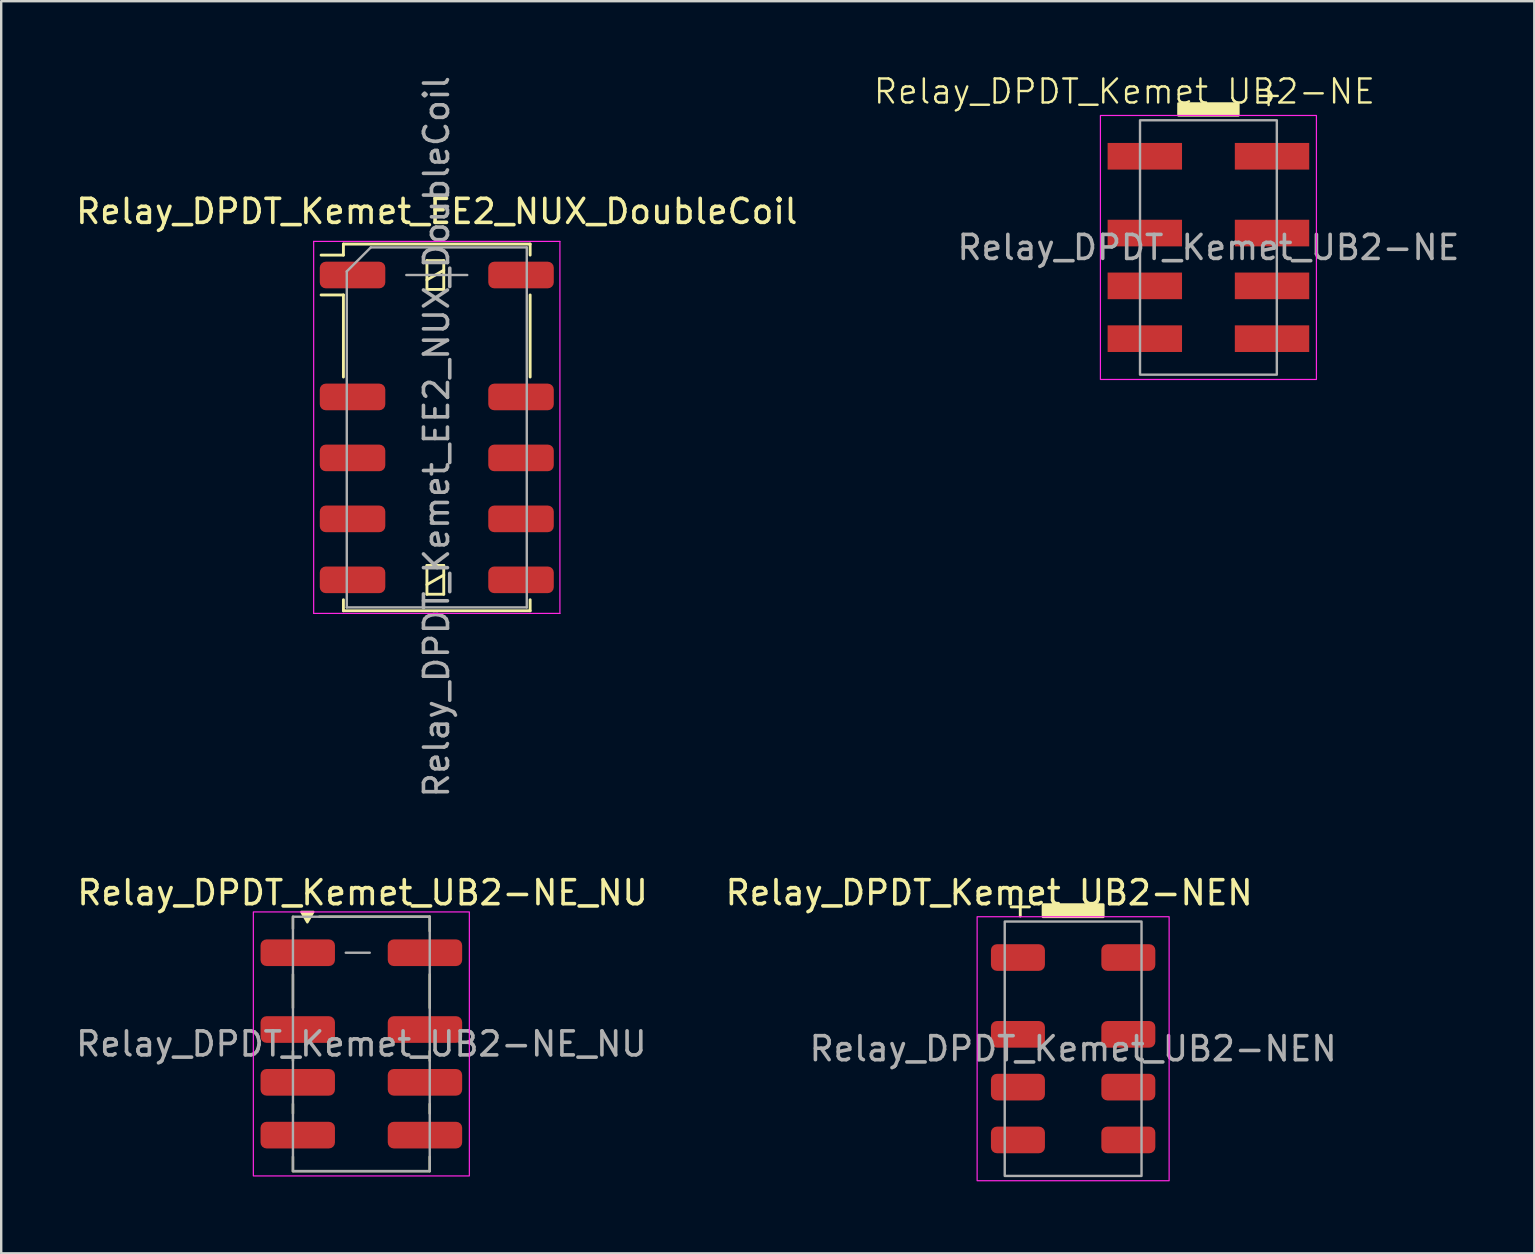
<source format=kicad_pcb>
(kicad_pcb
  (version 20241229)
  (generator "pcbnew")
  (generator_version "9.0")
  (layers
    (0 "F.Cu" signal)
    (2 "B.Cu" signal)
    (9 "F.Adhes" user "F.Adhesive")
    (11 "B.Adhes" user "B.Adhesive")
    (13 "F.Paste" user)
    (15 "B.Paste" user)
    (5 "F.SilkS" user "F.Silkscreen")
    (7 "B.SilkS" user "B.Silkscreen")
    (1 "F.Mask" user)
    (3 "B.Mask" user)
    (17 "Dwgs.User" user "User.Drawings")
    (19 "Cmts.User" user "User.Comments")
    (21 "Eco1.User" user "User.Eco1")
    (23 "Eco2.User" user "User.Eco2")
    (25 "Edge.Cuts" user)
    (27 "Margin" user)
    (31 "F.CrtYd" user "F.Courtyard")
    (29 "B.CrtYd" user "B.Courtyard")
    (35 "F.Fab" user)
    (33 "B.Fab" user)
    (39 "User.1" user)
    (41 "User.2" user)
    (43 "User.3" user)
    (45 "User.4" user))
  (footprint "Relay_DPDT_Kemet_UB2-NEN"
    (layer "F.Cu")
    (at 41.663 40.646)
    (property "Reference" "Relay_DPDT_Kemet_UB2-NEN" (at -3.5 -6.5 0) (unlocked yes) (layer "F.SilkS") (effects (font (size 1 1) (thickness 0.15))))
    (attr smd)
    (fp_rect (start -1.25 -6) (end 1.25 -5.5) (stroke (width 0.12) (type solid)) (fill yes) (layer "F.SilkS"))
    (fp_rect (start -4 -5.5) (end 4 5.5) (stroke (width 0.05) (type default)) (fill no) (layer "F.CrtYd"))
    (fp_rect (start -2.85 -5.3) (end 2.85 5.3) (stroke (width 0.1) (type default)) (fill no) (layer "F.Fab"))
    (fp_text user "+" (at -2.9 -5.4 0) (unlocked yes) (layer "F.SilkS") (effects (font (size 1 1) (thickness 0.12)) (justify left bottom)))
    (fp_text user "${REFERENCE}" (at 0 0 0) (unlocked yes) (layer "F.Fab") (effects (font (size 1 1) (thickness 0.15))))
    (pad "1" smd roundrect (at -2.3 -3.8 270) (size 1.11 2.25) (layers "F.Cu" "F.Mask" "F.Paste") (roundrect_rratio 0.225))
    (pad "2" smd roundrect (at -2.3 -0.6 270) (size 1.11 2.25) (layers "F.Cu" "F.Mask" "F.Paste") (roundrect_rratio 0.225))
    (pad "3" smd roundrect (at -2.3 1.6 270) (size 1.11 2.25) (layers "F.Cu" "F.Mask" "F.Paste") (roundrect_rratio 0.225))
    (pad "4" smd roundrect (at -2.3 3.8 270) (size 1.11 2.25) (layers "F.Cu" "F.Mask" "F.Paste") (roundrect_rratio 0.225))
    (pad "5" smd roundrect (at 2.3 3.8 270) (size 1.11 2.25) (layers "F.Cu" "F.Mask" "F.Paste") (roundrect_rratio 0.225))
    (pad "6" smd roundrect (at 2.3 1.6 270) (size 1.11 2.25) (layers "F.Cu" "F.Mask" "F.Paste") (roundrect_rratio 0.225))
    (pad "7" smd roundrect (at 2.3 -0.6 270) (size 1.11 2.25) (layers "F.Cu" "F.Mask" "F.Paste") (roundrect_rratio 0.225))
    (pad "8" smd roundrect (at 2.3 -3.8 270) (size 1.11 2.25) (layers "F.Cu" "F.Mask" "F.Paste") (roundrect_rratio 0.225)))
  (footprint "Relay_DPDT_Kemet_UB2-NE"
    (layer "F.Cu")
    (at 47.3 7.261)
    (property "Reference" "Relay_DPDT_Kemet_UB2-NE" (at -3.5 -6.5 0) (unlocked yes) (layer "F.SilkS") (effects (font (size 1 1) (thickness 0.1))))
    (attr smd)
    (fp_rect (start -1.25 -6) (end 1.25 -5.5) (stroke (width 0.1) (type solid)) (fill yes) (layer "F.SilkS"))
    (fp_rect (start -4.5 -5.5) (end 4.5 5.5) (stroke (width 0.05) (type default)) (fill no) (layer "F.CrtYd"))
    (fp_rect (start -2.85 -5.3) (end 2.85 5.3) (stroke (width 0.1) (type default)) (fill no) (layer "F.Fab"))
    (fp_text user "+" (at 2 -7 270) (unlocked yes) (layer "F.SilkS") (effects (font (size 1 1) (thickness 0.1)) (justify left bottom)))
    (fp_text user "${REFERENCE}" (at 0 0 0) (unlocked yes) (layer "F.Fab") (effects (font (size 1 1) (thickness 0.15))))
    (pad "1" smd rect (at -2.65 -3.8 270) (size 1.11 3.1) (layers "F.Cu" "F.Mask" "F.Paste"))
    (pad "2" smd rect (at -2.65 -0.6 270) (size 1.11 3.1) (layers "F.Cu" "F.Mask" "F.Paste"))
    (pad "3" smd rect (at -2.65 1.6 270) (size 1.11 3.1) (layers "F.Cu" "F.Mask" "F.Paste"))
    (pad "4" smd rect (at -2.65 3.8 270) (size 1.11 3.1) (layers "F.Cu" "F.Mask" "F.Paste"))
    (pad "5" smd rect (at 2.65 3.8 270) (size 1.11 3.1) (layers "F.Cu" "F.Mask" "F.Paste"))
    (pad "6" smd rect (at 2.65 1.6 270) (size 1.11 3.1) (layers "F.Cu" "F.Mask" "F.Paste"))
    (pad "7" smd rect (at 2.65 -0.6 270) (size 1.11 3.1) (layers "F.Cu" "F.Mask" "F.Paste"))
    (pad "8" smd rect (at 2.65 -3.8 270) (size 1.11 3.1) (layers "F.Cu" "F.Mask" "F.Paste")))
  (footprint "Relay_DPDT_Kemet_UB2-NE_NU"
    (layer "F.Cu")
    (at 9.356 36.646)
    (property "Reference" "Relay_DPDT_Kemet_UB2-NE_NU" (at 2.7 -2.5 0) (unlocked yes) (layer "F.SilkS") (effects (font (size 1 1) (thickness 0.15))))
    (attr smd)
    (fp_line (start -0.2 -1) (end -0.2 -1.5) (stroke (width 0.1) (type default)) (layer "F.SilkS"))
    (fp_line (start -0.2 2.3) (end -0.2 0.9) (stroke (width 0.1) (type default)) (layer "F.SilkS"))
    (fp_line (start -0.2 4.5) (end -0.2 4.1) (stroke (width 0.1) (type default)) (layer "F.SilkS"))
    (fp_line (start -0.2 6.7) (end -0.2 6.3) (stroke (width 0.1) (type default)) (layer "F.SilkS"))
    (fp_line (start -0.2 9.1) (end -0.2 8.5) (stroke (width 0.1) (type default)) (layer "F.SilkS"))
    (fp_line (start 0.9 -1.5) (end 5.5 -1.5) (stroke (width 0.1) (type default)) (layer "F.SilkS"))
    (fp_line (start 5.5 -0.9) (end 5.5 -1.5) (stroke (width 0.1) (type default)) (layer "F.SilkS"))
    (fp_line (start 5.5 2.3) (end 5.5 0.9) (stroke (width 0.1) (type default)) (layer "F.SilkS"))
    (fp_line (start 5.5 4.5) (end 5.5 4.1) (stroke (width 0.1) (type default)) (layer "F.SilkS"))
    (fp_line (start 5.5 6.7) (end 5.5 6.3) (stroke (width 0.1) (type default)) (layer "F.SilkS"))
    (fp_line (start 5.5 9.1) (end -0.2 9.1) (stroke (width 0.1) (type default)) (layer "F.SilkS"))
    (fp_line (start 5.5 9.1) (end 5.5 8.5) (stroke (width 0.1) (type default)) (layer "F.SilkS"))
    (fp_poly (pts (xy 0.65 -1.7) (xy 0.4 -1.267) (xy 0.15 -1.7)) (stroke (width 0.1) (type solid)) (fill yes) (layer "F.SilkS"))
    (fp_rect (start -1.85 -1.7) (end 7.15 9.3) (stroke (width 0.05) (type default)) (fill no) (layer "F.CrtYd"))
    (fp_line (start 2 0) (end 3 0) (stroke (width 0.1) (type default)) (layer "F.Fab"))
    (fp_rect (start -0.2 -1.5) (end 5.5 9.1) (stroke (width 0.1) (type default)) (fill no) (layer "F.Fab"))
    (fp_text user "${REFERENCE}" (at 2.65 3.8 0) (unlocked yes) (layer "F.Fab") (effects (font (size 1 1) (thickness 0.15))))
    (pad "11" smd roundrect (at 0 5.4 270) (size 1.11 3.1) (layers "F.Cu" "F.Mask" "F.Paste") (roundrect_rratio 0.225))
    (pad "12" smd roundrect (at 0 3.2 270) (size 1.11 3.1) (layers "F.Cu" "F.Mask" "F.Paste") (roundrect_rratio 0.225))
    (pad "14" smd roundrect (at 0 7.6 270) (size 1.11 3.1) (layers "F.Cu" "F.Mask" "F.Paste") (roundrect_rratio 0.225))
    (pad "21" smd roundrect (at 5.3 5.4 270) (size 1.11 3.1) (layers "F.Cu" "F.Mask" "F.Paste") (roundrect_rratio 0.225))
    (pad "22" smd roundrect (at 5.3 3.2 270) (size 1.11 3.1) (layers "F.Cu" "F.Mask" "F.Paste") (roundrect_rratio 0.225))
    (pad "24" smd roundrect (at 5.3 7.6 270) (size 1.11 3.1) (layers "F.Cu" "F.Mask" "F.Paste") (roundrect_rratio 0.225))
    (pad "A1" smd roundrect (at 0 0 270) (size 1.11 3.1) (layers "F.Cu" "F.Mask" "F.Paste") (roundrect_rratio 0.225))
    (pad "A2" smd roundrect (at 5.3 0 270) (size 1.11 3.1) (layers "F.Cu" "F.Mask" "F.Paste") (roundrect_rratio 0.225)))
  (footprint "Relay_DPDT_Kemet_EE2_NUX_DoubleCoil"
    (layer "F.Cu")
    (at 15.149 14.759)
    (property "Reference" "Relay_DPDT_Kemet_EE2_NUX_DoubleCoil" (at 0 -9 180) (layer "F.SilkS") (effects (font (size 1 1) (thickness 0.15))))
    (attr smd)
    (fp_line (start -3.89 -7.64) (end -3.89 -7.18) (stroke (width 0.12) (type solid)) (layer "F.SilkS"))
    (fp_line (start -3.89 -7.18) (end -4.82 -7.18) (stroke (width 0.12) (type solid)) (layer "F.SilkS"))
    (fp_line (start -3.89 -5.52) (end -4.82 -5.52) (stroke (width 0.12) (type solid)) (layer "F.SilkS"))
    (fp_line (start -3.89 -5.52) (end -3.89 -2.1) (stroke (width 0.12) (type solid)) (layer "F.SilkS"))
    (fp_line (start -3.89 7.18) (end -3.89 7.64) (stroke (width 0.12) (type solid)) (layer "F.SilkS"))
    (fp_line (start -0.41 -6.95) (end -0.41 -5.75) (stroke (width 0.12) (type solid)) (layer "F.SilkS"))
    (fp_line (start -0.41 -6.15) (end 0.29 -6.55) (stroke (width 0.12) (type solid)) (layer "F.SilkS"))
    (fp_line (start -0.41 -5.75) (end 0.29 -5.75) (stroke (width 0.12) (type solid)) (layer "F.SilkS"))
    (fp_line (start -0.41 5.75) (end -0.41 6.95) (stroke (width 0.12) (type solid)) (layer "F.SilkS"))
    (fp_line (start -0.41 6.55) (end 0.29 6.15) (stroke (width 0.12) (type solid)) (layer "F.SilkS"))
    (fp_line (start -0.41 6.95) (end 0.29 6.95) (stroke (width 0.12) (type solid)) (layer "F.SilkS"))
    (fp_line (start 0.29 -6.95) (end -0.41 -6.95) (stroke (width 0.12) (type solid)) (layer "F.SilkS"))
    (fp_line (start 0.29 -5.75) (end 0.29 -6.95) (stroke (width 0.12) (type solid)) (layer "F.SilkS"))
    (fp_line (start 0.29 5.75) (end -0.41 5.75) (stroke (width 0.12) (type solid)) (layer "F.SilkS"))
    (fp_line (start 0.29 6.95) (end 0.29 5.75) (stroke (width 0.12) (type solid)) (layer "F.SilkS"))
    (fp_line (start 3.89 -7.64) (end -3.89 -7.64) (stroke (width 0.12) (type solid)) (layer "F.SilkS"))
    (fp_line (start 3.89 -7.64) (end 3.89 -7.18) (stroke (width 0.12) (type solid)) (layer "F.SilkS"))
    (fp_line (start 3.89 -5.52) (end 3.89 -2.1) (stroke (width 0.12) (type solid)) (layer "F.SilkS"))
    (fp_line (start 3.89 7.18) (end 3.89 7.64) (stroke (width 0.12) (type solid)) (layer "F.SilkS"))
    (fp_line (start 3.89 7.64) (end -3.89 7.64) (stroke (width 0.12) (type solid)) (layer "F.SilkS"))
    (fp_line (start -5.13 -7.75) (end -5.13 7.75) (stroke (width 0.05) (type solid)) (layer "F.CrtYd"))
    (fp_line (start -5.13 7.75) (end 5.13 7.75) (stroke (width 0.05) (type solid)) (layer "F.CrtYd"))
    (fp_line (start 5.13 -7.75) (end -5.13 -7.75) (stroke (width 0.05) (type solid)) (layer "F.CrtYd"))
    (fp_line (start 5.13 -7.75) (end 5.13 7.75) (stroke (width 0.05) (type solid)) (layer "F.CrtYd"))
    (fp_line (start -3.75 -6.5) (end -3.75 7.5) (stroke (width 0.1) (type solid)) (layer "F.Fab"))
    (fp_line (start -3.75 -6.5) (end -2.75 -7.5) (stroke (width 0.1) (type solid)) (layer "F.Fab"))
    (fp_line (start -1.27 -6.35) (end 1.27 -6.35) (stroke (width 0.1) (type solid)) (layer "F.Fab"))
    (fp_line (start 3.75 -7.5) (end -2.75 -7.5) (stroke (width 0.1) (type solid)) (layer "F.Fab"))
    (fp_line (start 3.75 -7.5) (end 3.75 7.5) (stroke (width 0.1) (type solid)) (layer "F.Fab"))
    (fp_line (start 3.75 7.5) (end -3.75 7.5) (stroke (width 0.1) (type solid)) (layer "F.Fab"))
    (fp_text user "${REFERENCE}" (at -0.01 0.39 90) (layer "F.Fab") (effects (font (size 1 1) (thickness 0.15))))
    (pad "1" smd roundrect (at -3.51 -6.35 270) (size 1.11 2.73) (layers "F.Cu" "F.Mask" "F.Paste") (roundrect_rratio 0.225))
    (pad "3" smd roundrect (at -3.51 -1.27 270) (size 1.11 2.73) (layers "F.Cu" "F.Mask" "F.Paste") (roundrect_rratio 0.225))
    (pad "4" smd roundrect (at -3.51 1.27 270) (size 1.11 2.73) (layers "F.Cu" "F.Mask" "F.Paste") (roundrect_rratio 0.225))
    (pad "5" smd roundrect (at -3.51 3.81 270) (size 1.11 2.73) (layers "F.Cu" "F.Mask" "F.Paste") (roundrect_rratio 0.225))
    (pad "6" smd roundrect (at -3.51 6.35 270) (size 1.11 2.73) (layers "F.Cu" "F.Mask" "F.Paste") (roundrect_rratio 0.225))
    (pad "7" smd roundrect (at 3.51 6.35 270) (size 1.11 2.73) (layers "F.Cu" "F.Mask" "F.Paste") (roundrect_rratio 0.225))
    (pad "8" smd roundrect (at 3.51 3.81 270) (size 1.11 2.73) (layers "F.Cu" "F.Mask" "F.Paste") (roundrect_rratio 0.225))
    (pad "9" smd roundrect (at 3.51 1.27 270) (size 1.11 2.73) (layers "F.Cu" "F.Mask" "F.Paste") (roundrect_rratio 0.225))
    (pad "10" smd roundrect (at 3.51 -1.27 270) (size 1.11 2.73) (layers "F.Cu" "F.Mask" "F.Paste") (roundrect_rratio 0.225))
    (pad "12" smd roundrect (at 3.51 -6.35 270) (size 1.11 2.73) (layers "F.Cu" "F.Mask" "F.Paste") (roundrect_rratio 0.225)))
  (gr_rect
    (start -3 -3)
    (end 60.877 49.171)
    (stroke (width 0.1) (type default))
    (fill no)
    (layer "Edge.Cuts")))
</source>
